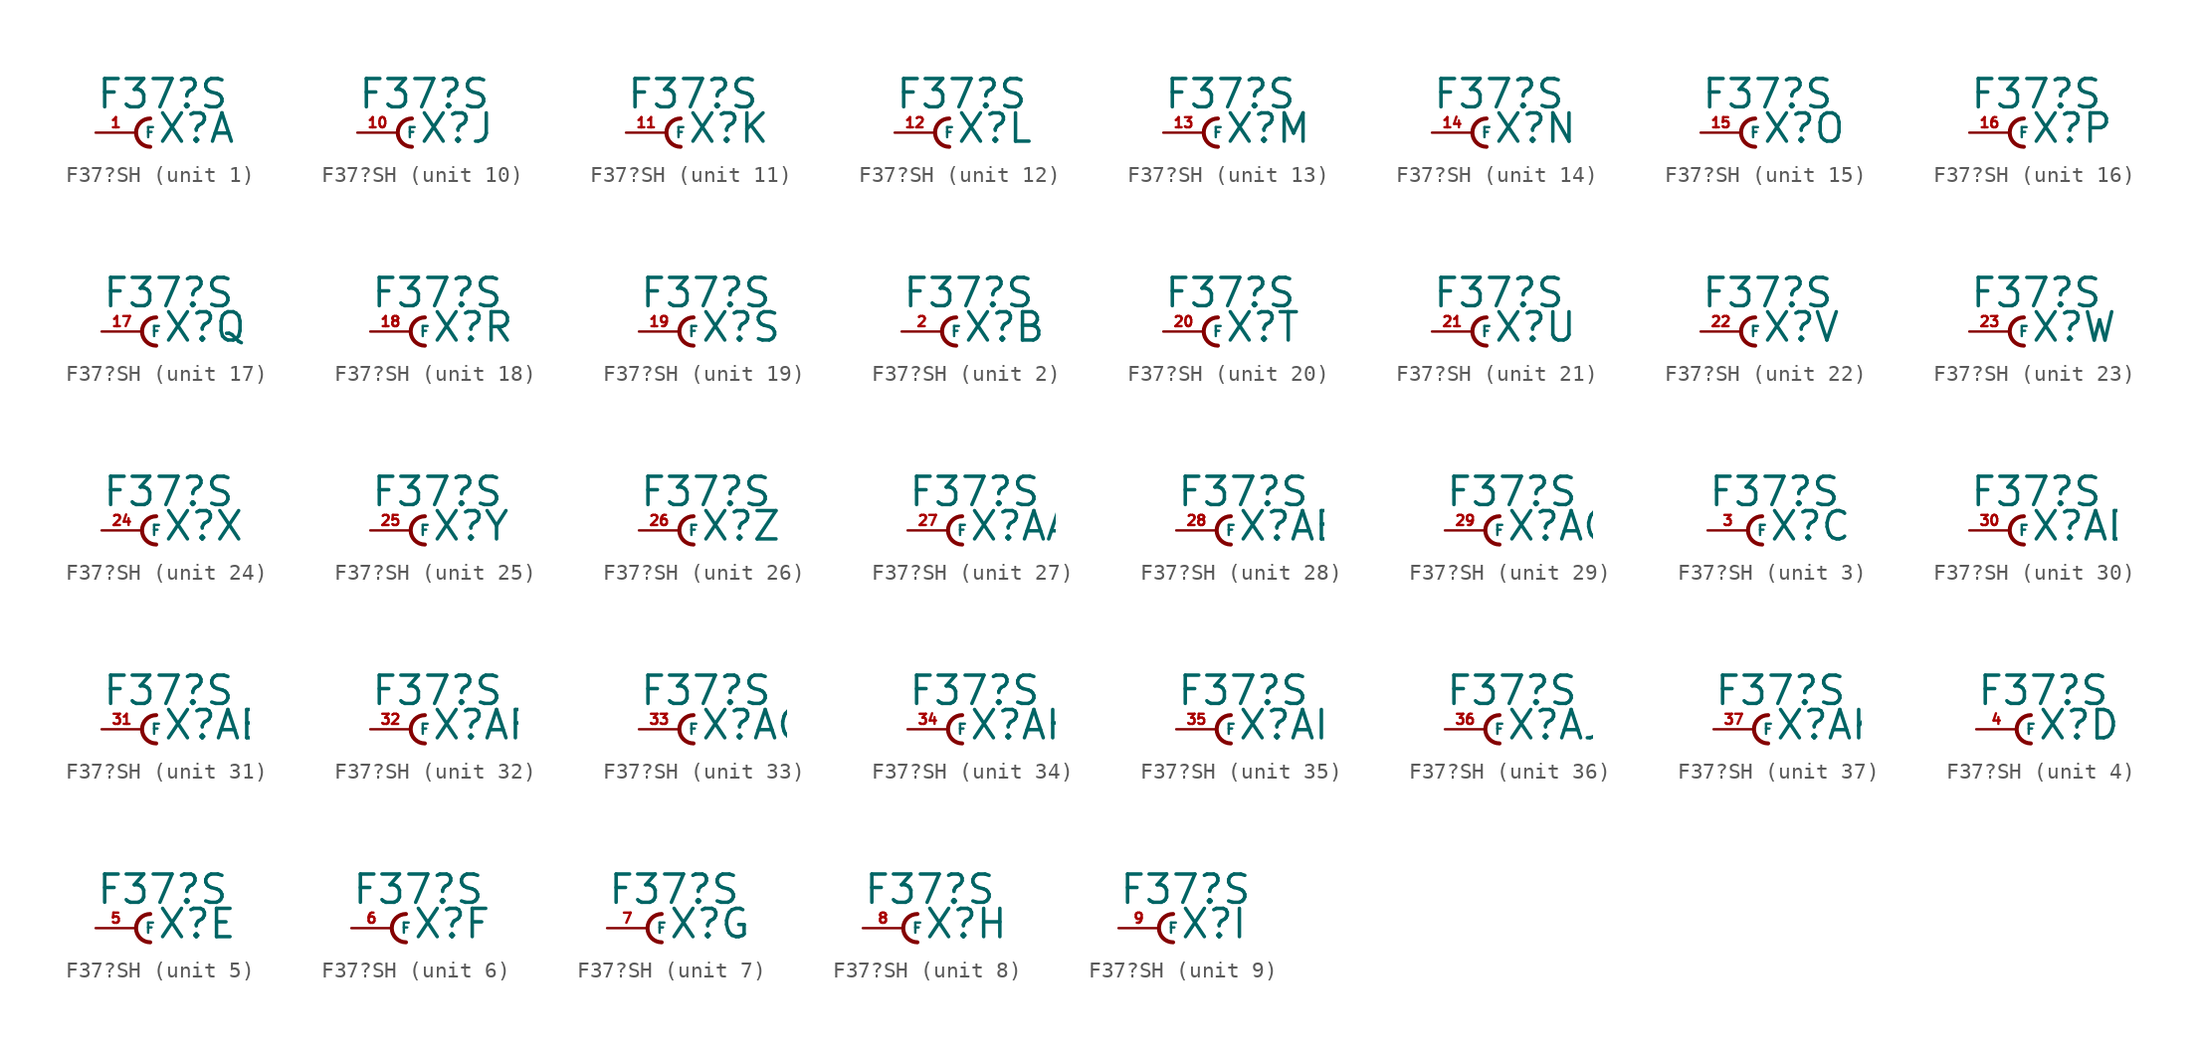
<source format=kicad_sym>
(kicad_symbol_lib
  (version 20220914)
  (generator Eagle2Kicad)
  (symbol "F37?SH"
    (property "Reference" "X"
      (at 1.27 -0.762 0)
      (effects (font (size 1.778 1.778) (thickness 0.22)) (justify left bottom)))
    (property "Value" "F37?S"
      (at -2.54 1.397 0)
      (effects (font (size 1.778 1.778) (thickness 0.22)) (justify left bottom)))
    (symbol "F37?SH_1_0"
      (arc (start 0.889 0.889) (mid 0.000 0.000) (end 0.889 -0.889) (stroke (width 0.254) (type default)) (fill (type none)))
      (pin passive line (at -2.54 0 0) (length 2.54) (name "F" (effects (font (size 0.635 0.635) (thickness 0.08)) (justify left bottom))) (number "1" (effects (font (size 0.635 0.635) (thickness 0.08)) (justify left bottom)))))
    (symbol "F37?SH_2_0"
      (arc (start 0.889 0.889) (mid 0.000 0.000) (end 0.889 -0.889) (stroke (width 0.254) (type default)) (fill (type none)))
      (pin passive line (at -2.54 0 0) (length 2.54) (name "F" (effects (font (size 0.635 0.635) (thickness 0.08)) (justify left bottom))) (number "2" (effects (font (size 0.635 0.635) (thickness 0.08)) (justify left bottom)))))
    (symbol "F37?SH_3_0"
      (arc (start 0.889 0.889) (mid 0.000 0.000) (end 0.889 -0.889) (stroke (width 0.254) (type default)) (fill (type none)))
      (pin passive line (at -2.54 0 0) (length 2.54) (name "F" (effects (font (size 0.635 0.635) (thickness 0.08)) (justify left bottom))) (number "3" (effects (font (size 0.635 0.635) (thickness 0.08)) (justify left bottom)))))
    (symbol "F37?SH_4_0"
      (arc (start 0.889 0.889) (mid 0.000 0.000) (end 0.889 -0.889) (stroke (width 0.254) (type default)) (fill (type none)))
      (pin passive line (at -2.54 0 0) (length 2.54) (name "F" (effects (font (size 0.635 0.635) (thickness 0.08)) (justify left bottom))) (number "4" (effects (font (size 0.635 0.635) (thickness 0.08)) (justify left bottom)))))
    (symbol "F37?SH_5_0"
      (arc (start 0.889 0.889) (mid 0.000 0.000) (end 0.889 -0.889) (stroke (width 0.254) (type default)) (fill (type none)))
      (pin passive line (at -2.54 0 0) (length 2.54) (name "F" (effects (font (size 0.635 0.635) (thickness 0.08)) (justify left bottom))) (number "5" (effects (font (size 0.635 0.635) (thickness 0.08)) (justify left bottom)))))
    (symbol "F37?SH_6_0"
      (arc (start 0.889 0.889) (mid 0.000 0.000) (end 0.889 -0.889) (stroke (width 0.254) (type default)) (fill (type none)))
      (pin passive line (at -2.54 0 0) (length 2.54) (name "F" (effects (font (size 0.635 0.635) (thickness 0.08)) (justify left bottom))) (number "6" (effects (font (size 0.635 0.635) (thickness 0.08)) (justify left bottom)))))
    (symbol "F37?SH_7_0"
      (arc (start 0.889 0.889) (mid 0.000 0.000) (end 0.889 -0.889) (stroke (width 0.254) (type default)) (fill (type none)))
      (pin passive line (at -2.54 0 0) (length 2.54) (name "F" (effects (font (size 0.635 0.635) (thickness 0.08)) (justify left bottom))) (number "7" (effects (font (size 0.635 0.635) (thickness 0.08)) (justify left bottom)))))
    (symbol "F37?SH_8_0"
      (arc (start 0.889 0.889) (mid 0.000 0.000) (end 0.889 -0.889) (stroke (width 0.254) (type default)) (fill (type none)))
      (pin passive line (at -2.54 0 0) (length 2.54) (name "F" (effects (font (size 0.635 0.635) (thickness 0.08)) (justify left bottom))) (number "8" (effects (font (size 0.635 0.635) (thickness 0.08)) (justify left bottom)))))
    (symbol "F37?SH_9_0"
      (arc (start 0.889 0.889) (mid 0.000 0.000) (end 0.889 -0.889) (stroke (width 0.254) (type default)) (fill (type none)))
      (pin passive line (at -2.54 0 0) (length 2.54) (name "F" (effects (font (size 0.635 0.635) (thickness 0.08)) (justify left bottom))) (number "9" (effects (font (size 0.635 0.635) (thickness 0.08)) (justify left bottom)))))
    (symbol "F37?SH_10_0"
      (arc (start 0.889 0.889) (mid 0.000 0.000) (end 0.889 -0.889) (stroke (width 0.254) (type default)) (fill (type none)))
      (pin passive line (at -2.54 0 0) (length 2.54) (name "F" (effects (font (size 0.635 0.635) (thickness 0.08)) (justify left bottom))) (number "10" (effects (font (size 0.635 0.635) (thickness 0.08)) (justify left bottom)))))
    (symbol "F37?SH_11_0"
      (arc (start 0.889 0.889) (mid 0.000 0.000) (end 0.889 -0.889) (stroke (width 0.254) (type default)) (fill (type none)))
      (pin passive line (at -2.54 0 0) (length 2.54) (name "F" (effects (font (size 0.635 0.635) (thickness 0.08)) (justify left bottom))) (number "11" (effects (font (size 0.635 0.635) (thickness 0.08)) (justify left bottom)))))
    (symbol "F37?SH_12_0"
      (arc (start 0.889 0.889) (mid 0.000 0.000) (end 0.889 -0.889) (stroke (width 0.254) (type default)) (fill (type none)))
      (pin passive line (at -2.54 0 0) (length 2.54) (name "F" (effects (font (size 0.635 0.635) (thickness 0.08)) (justify left bottom))) (number "12" (effects (font (size 0.635 0.635) (thickness 0.08)) (justify left bottom)))))
    (symbol "F37?SH_13_0"
      (arc (start 0.889 0.889) (mid 0.000 0.000) (end 0.889 -0.889) (stroke (width 0.254) (type default)) (fill (type none)))
      (pin passive line (at -2.54 0 0) (length 2.54) (name "F" (effects (font (size 0.635 0.635) (thickness 0.08)) (justify left bottom))) (number "13" (effects (font (size 0.635 0.635) (thickness 0.08)) (justify left bottom)))))
    (symbol "F37?SH_14_0"
      (arc (start 0.889 0.889) (mid 0.000 0.000) (end 0.889 -0.889) (stroke (width 0.254) (type default)) (fill (type none)))
      (pin passive line (at -2.54 0 0) (length 2.54) (name "F" (effects (font (size 0.635 0.635) (thickness 0.08)) (justify left bottom))) (number "14" (effects (font (size 0.635 0.635) (thickness 0.08)) (justify left bottom)))))
    (symbol "F37?SH_15_0"
      (arc (start 0.889 0.889) (mid 0.000 0.000) (end 0.889 -0.889) (stroke (width 0.254) (type default)) (fill (type none)))
      (pin passive line (at -2.54 0 0) (length 2.54) (name "F" (effects (font (size 0.635 0.635) (thickness 0.08)) (justify left bottom))) (number "15" (effects (font (size 0.635 0.635) (thickness 0.08)) (justify left bottom)))))
    (symbol "F37?SH_16_0"
      (arc (start 0.889 0.889) (mid 0.000 0.000) (end 0.889 -0.889) (stroke (width 0.254) (type default)) (fill (type none)))
      (pin passive line (at -2.54 0 0) (length 2.54) (name "F" (effects (font (size 0.635 0.635) (thickness 0.08)) (justify left bottom))) (number "16" (effects (font (size 0.635 0.635) (thickness 0.08)) (justify left bottom)))))
    (symbol "F37?SH_17_0"
      (arc (start 0.889 0.889) (mid 0.000 0.000) (end 0.889 -0.889) (stroke (width 0.254) (type default)) (fill (type none)))
      (pin passive line (at -2.54 0 0) (length 2.54) (name "F" (effects (font (size 0.635 0.635) (thickness 0.08)) (justify left bottom))) (number "17" (effects (font (size 0.635 0.635) (thickness 0.08)) (justify left bottom)))))
    (symbol "F37?SH_18_0"
      (arc (start 0.889 0.889) (mid 0.000 0.000) (end 0.889 -0.889) (stroke (width 0.254) (type default)) (fill (type none)))
      (pin passive line (at -2.54 0 0) (length 2.54) (name "F" (effects (font (size 0.635 0.635) (thickness 0.08)) (justify left bottom))) (number "18" (effects (font (size 0.635 0.635) (thickness 0.08)) (justify left bottom)))))
    (symbol "F37?SH_19_0"
      (arc (start 0.889 0.889) (mid 0.000 0.000) (end 0.889 -0.889) (stroke (width 0.254) (type default)) (fill (type none)))
      (pin passive line (at -2.54 0 0) (length 2.54) (name "F" (effects (font (size 0.635 0.635) (thickness 0.08)) (justify left bottom))) (number "19" (effects (font (size 0.635 0.635) (thickness 0.08)) (justify left bottom)))))
    (symbol "F37?SH_20_0"
      (arc (start 0.889 0.889) (mid 0.000 0.000) (end 0.889 -0.889) (stroke (width 0.254) (type default)) (fill (type none)))
      (pin passive line (at -2.54 0 0) (length 2.54) (name "F" (effects (font (size 0.635 0.635) (thickness 0.08)) (justify left bottom))) (number "20" (effects (font (size 0.635 0.635) (thickness 0.08)) (justify left bottom)))))
    (symbol "F37?SH_21_0"
      (arc (start 0.889 0.889) (mid 0.000 0.000) (end 0.889 -0.889) (stroke (width 0.254) (type default)) (fill (type none)))
      (pin passive line (at -2.54 0 0) (length 2.54) (name "F" (effects (font (size 0.635 0.635) (thickness 0.08)) (justify left bottom))) (number "21" (effects (font (size 0.635 0.635) (thickness 0.08)) (justify left bottom)))))
    (symbol "F37?SH_22_0"
      (arc (start 0.889 0.889) (mid 0.000 0.000) (end 0.889 -0.889) (stroke (width 0.254) (type default)) (fill (type none)))
      (pin passive line (at -2.54 0 0) (length 2.54) (name "F" (effects (font (size 0.635 0.635) (thickness 0.08)) (justify left bottom))) (number "22" (effects (font (size 0.635 0.635) (thickness 0.08)) (justify left bottom)))))
    (symbol "F37?SH_23_0"
      (arc (start 0.889 0.889) (mid 0.000 0.000) (end 0.889 -0.889) (stroke (width 0.254) (type default)) (fill (type none)))
      (pin passive line (at -2.54 0 0) (length 2.54) (name "F" (effects (font (size 0.635 0.635) (thickness 0.08)) (justify left bottom))) (number "23" (effects (font (size 0.635 0.635) (thickness 0.08)) (justify left bottom)))))
    (symbol "F37?SH_24_0"
      (arc (start 0.889 0.889) (mid 0.000 0.000) (end 0.889 -0.889) (stroke (width 0.254) (type default)) (fill (type none)))
      (pin passive line (at -2.54 0 0) (length 2.54) (name "F" (effects (font (size 0.635 0.635) (thickness 0.08)) (justify left bottom))) (number "24" (effects (font (size 0.635 0.635) (thickness 0.08)) (justify left bottom)))))
    (symbol "F37?SH_25_0"
      (arc (start 0.889 0.889) (mid 0.000 0.000) (end 0.889 -0.889) (stroke (width 0.254) (type default)) (fill (type none)))
      (pin passive line (at -2.54 0 0) (length 2.54) (name "F" (effects (font (size 0.635 0.635) (thickness 0.08)) (justify left bottom))) (number "25" (effects (font (size 0.635 0.635) (thickness 0.08)) (justify left bottom)))))
    (symbol "F37?SH_26_0"
      (arc (start 0.889 0.889) (mid 0.000 0.000) (end 0.889 -0.889) (stroke (width 0.254) (type default)) (fill (type none)))
      (pin passive line (at -2.54 0 0) (length 2.54) (name "F" (effects (font (size 0.635 0.635) (thickness 0.08)) (justify left bottom))) (number "26" (effects (font (size 0.635 0.635) (thickness 0.08)) (justify left bottom)))))
    (symbol "F37?SH_27_0"
      (arc (start 0.889 0.889) (mid 0.000 0.000) (end 0.889 -0.889) (stroke (width 0.254) (type default)) (fill (type none)))
      (pin passive line (at -2.54 0 0) (length 2.54) (name "F" (effects (font (size 0.635 0.635) (thickness 0.08)) (justify left bottom))) (number "27" (effects (font (size 0.635 0.635) (thickness 0.08)) (justify left bottom)))))
    (symbol "F37?SH_28_0"
      (arc (start 0.889 0.889) (mid 0.000 0.000) (end 0.889 -0.889) (stroke (width 0.254) (type default)) (fill (type none)))
      (pin passive line (at -2.54 0 0) (length 2.54) (name "F" (effects (font (size 0.635 0.635) (thickness 0.08)) (justify left bottom))) (number "28" (effects (font (size 0.635 0.635) (thickness 0.08)) (justify left bottom)))))
    (symbol "F37?SH_29_0"
      (arc (start 0.889 0.889) (mid 0.000 0.000) (end 0.889 -0.889) (stroke (width 0.254) (type default)) (fill (type none)))
      (pin passive line (at -2.54 0 0) (length 2.54) (name "F" (effects (font (size 0.635 0.635) (thickness 0.08)) (justify left bottom))) (number "29" (effects (font (size 0.635 0.635) (thickness 0.08)) (justify left bottom)))))
    (symbol "F37?SH_30_0"
      (arc (start 0.889 0.889) (mid 0.000 0.000) (end 0.889 -0.889) (stroke (width 0.254) (type default)) (fill (type none)))
      (pin passive line (at -2.54 0 0) (length 2.54) (name "F" (effects (font (size 0.635 0.635) (thickness 0.08)) (justify left bottom))) (number "30" (effects (font (size 0.635 0.635) (thickness 0.08)) (justify left bottom)))))
    (symbol "F37?SH_31_0"
      (arc (start 0.889 0.889) (mid 0.000 0.000) (end 0.889 -0.889) (stroke (width 0.254) (type default)) (fill (type none)))
      (pin passive line (at -2.54 0 0) (length 2.54) (name "F" (effects (font (size 0.635 0.635) (thickness 0.08)) (justify left bottom))) (number "31" (effects (font (size 0.635 0.635) (thickness 0.08)) (justify left bottom)))))
    (symbol "F37?SH_32_0"
      (arc (start 0.889 0.889) (mid 0.000 0.000) (end 0.889 -0.889) (stroke (width 0.254) (type default)) (fill (type none)))
      (pin passive line (at -2.54 0 0) (length 2.54) (name "F" (effects (font (size 0.635 0.635) (thickness 0.08)) (justify left bottom))) (number "32" (effects (font (size 0.635 0.635) (thickness 0.08)) (justify left bottom)))))
    (symbol "F37?SH_33_0"
      (arc (start 0.889 0.889) (mid 0.000 0.000) (end 0.889 -0.889) (stroke (width 0.254) (type default)) (fill (type none)))
      (pin passive line (at -2.54 0 0) (length 2.54) (name "F" (effects (font (size 0.635 0.635) (thickness 0.08)) (justify left bottom))) (number "33" (effects (font (size 0.635 0.635) (thickness 0.08)) (justify left bottom)))))
    (symbol "F37?SH_34_0"
      (arc (start 0.889 0.889) (mid 0.000 0.000) (end 0.889 -0.889) (stroke (width 0.254) (type default)) (fill (type none)))
      (pin passive line (at -2.54 0 0) (length 2.54) (name "F" (effects (font (size 0.635 0.635) (thickness 0.08)) (justify left bottom))) (number "34" (effects (font (size 0.635 0.635) (thickness 0.08)) (justify left bottom)))))
    (symbol "F37?SH_35_0"
      (arc (start 0.889 0.889) (mid 0.000 0.000) (end 0.889 -0.889) (stroke (width 0.254) (type default)) (fill (type none)))
      (pin passive line (at -2.54 0 0) (length 2.54) (name "F" (effects (font (size 0.635 0.635) (thickness 0.08)) (justify left bottom))) (number "35" (effects (font (size 0.635 0.635) (thickness 0.08)) (justify left bottom)))))
    (symbol "F37?SH_36_0"
      (arc (start 0.889 0.889) (mid 0.000 0.000) (end 0.889 -0.889) (stroke (width 0.254) (type default)) (fill (type none)))
      (pin passive line (at -2.54 0 0) (length 2.54) (name "F" (effects (font (size 0.635 0.635) (thickness 0.08)) (justify left bottom))) (number "36" (effects (font (size 0.635 0.635) (thickness 0.08)) (justify left bottom)))))
    (symbol "F37?SH_37_0"
      (arc (start 0.889 0.889) (mid 0.000 0.000) (end 0.889 -0.889) (stroke (width 0.254) (type default)) (fill (type none)))
      (pin passive line (at -2.54 0 0) (length 2.54) (name "F" (effects (font (size 0.635 0.635) (thickness 0.08)) (justify left bottom))) (number "37" (effects (font (size 0.635 0.635) (thickness 0.08)) (justify left bottom)))))))
</source>
